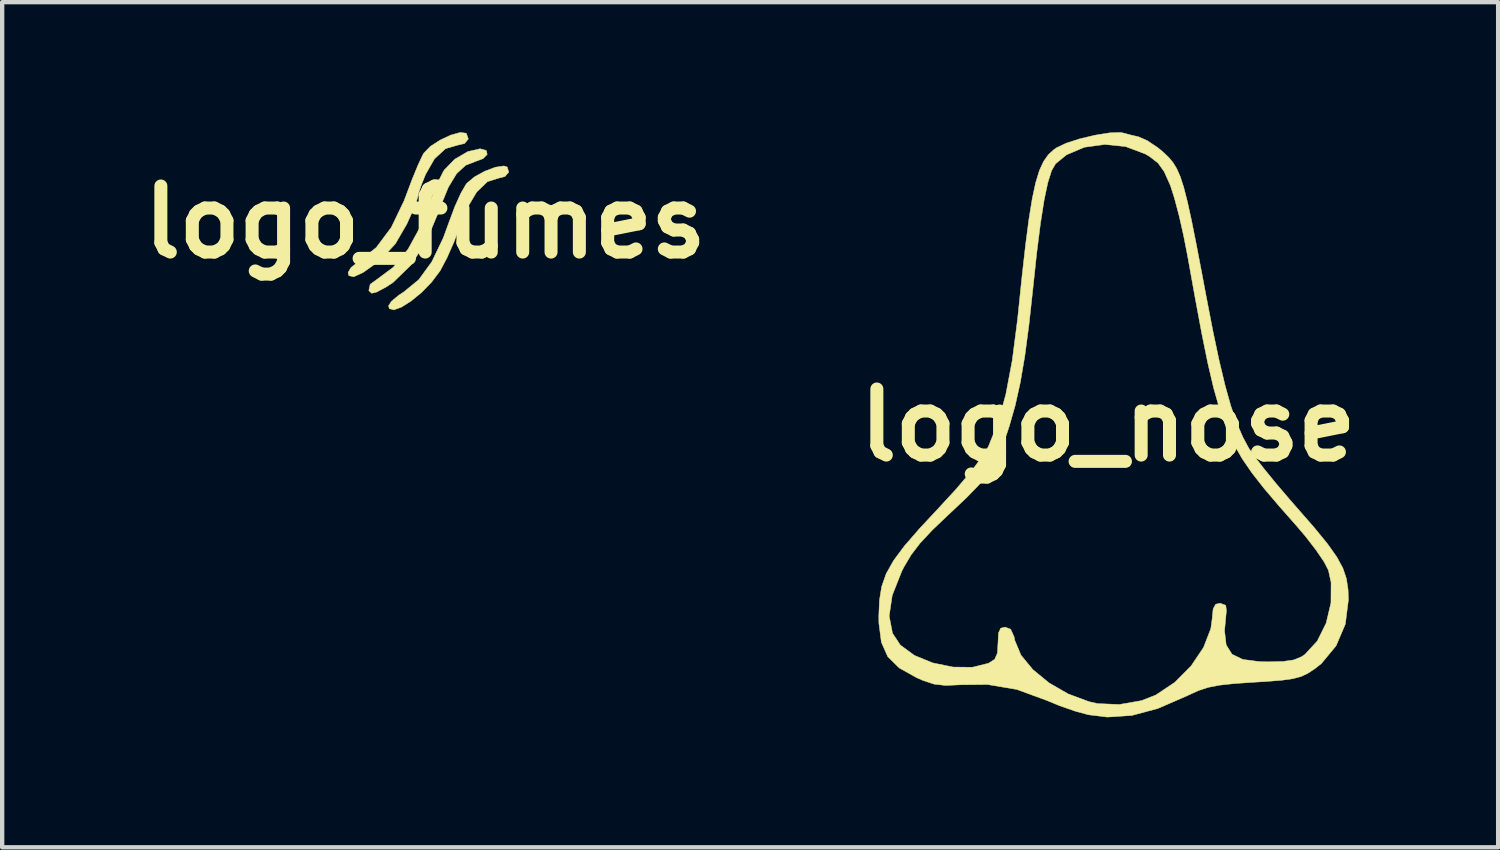
<source format=kicad_pcb>
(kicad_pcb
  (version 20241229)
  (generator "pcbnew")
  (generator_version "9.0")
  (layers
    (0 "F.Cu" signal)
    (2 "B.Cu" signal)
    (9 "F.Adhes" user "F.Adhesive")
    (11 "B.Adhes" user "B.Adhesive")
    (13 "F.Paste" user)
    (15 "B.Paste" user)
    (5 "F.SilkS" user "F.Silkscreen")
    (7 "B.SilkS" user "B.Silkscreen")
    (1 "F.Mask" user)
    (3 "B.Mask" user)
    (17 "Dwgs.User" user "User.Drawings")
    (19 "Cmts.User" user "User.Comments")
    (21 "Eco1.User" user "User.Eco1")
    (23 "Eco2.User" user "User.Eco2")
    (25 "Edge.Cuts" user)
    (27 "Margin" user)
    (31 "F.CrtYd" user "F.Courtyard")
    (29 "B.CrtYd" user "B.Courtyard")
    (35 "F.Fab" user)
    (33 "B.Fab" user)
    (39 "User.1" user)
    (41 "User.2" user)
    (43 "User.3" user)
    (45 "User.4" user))
  (footprint "logo_fumes"
    (layer "F.Cu")
    (at 6.756 2.074)
    (property "Reference" "logo_fumes" (at 0 0 0) (layer "F.SilkS") (effects (font (size 1.524 1.524) (thickness 0.3))))
    (attr through_hole)
    (fp_poly (pts (xy 1.411 -1.653) (xy 1.43 -1.562) (xy 1.333 -1.464) (xy 1.183 -1.409) (xy 0.935 -1.313) (xy 0.724 -1.119) (xy 0.534 -0.804) (xy 0.348 -0.348) (xy 0.308 -0.232) (xy 0.023 0.445) (xy -0.329 0.99) (xy -0.739 1.389) (xy -0.9 1.495) (xy -1.117 1.611) (xy -1.234 1.64) (xy -1.292 1.587) (xy -1.299 1.57) (xy -1.268 1.432) (xy -1.107 1.316) (xy -0.736 1.04) (xy -0.395 0.623) (xy -0.104 0.092) (xy 0.039 -0.267) (xy 0.169 -0.62) (xy 0.303 -0.937) (xy 0.416 -1.164) (xy 0.444 -1.208) (xy 0.681 -1.451) (xy 0.98 -1.627) (xy 1.266 -1.693) (xy 1.411 -1.653)) (stroke (width 0.01) (type solid)) (fill yes) (layer "F.SilkS"))
    (fp_poly (pts (xy 1.893 -1.271) (xy 1.928 -1.154) (xy 1.839 -1.052) (xy 1.695 -1.016) (xy 1.436 -0.934) (xy 1.188 -0.696) (xy 0.962 -0.315) (xy 0.807 0.075) (xy 0.667 0.451) (xy 0.504 0.82) (xy 0.352 1.108) (xy 0.34 1.128) (xy 0.147 1.384) (xy -0.083 1.621) (xy -0.323 1.818) (xy -0.546 1.959) (xy -0.723 2.023) (xy -0.828 1.994) (xy -0.844 1.926) (xy -0.776 1.823) (xy -0.605 1.682) (xy -0.493 1.609) (xy -0.148 1.326) (xy 0.152 0.915) (xy 0.418 0.361) (xy 0.556 -0.017) (xy 0.684 -0.36) (xy 0.82 -0.662) (xy 0.94 -0.87) (xy 0.961 -0.898) (xy 1.14 -1.047) (xy 1.378 -1.177) (xy 1.621 -1.268) (xy 1.816 -1.297) (xy 1.893 -1.271)) (stroke (width 0.01) (type solid)) (fill yes) (layer "F.SilkS"))
    (fp_poly (pts (xy 0.944 -2.052) (xy 0.95 -2.047) (xy 0.995 -1.919) (xy 0.908 -1.814) (xy 0.754 -1.778) (xy 0.47 -1.696) (xy 0.214 -1.46) (xy 0.009 -1.102) (xy -0.092 -0.85) (xy -0.157 -0.655) (xy -0.169 -0.589) (xy -0.204 -0.468) (xy -0.295 -0.242) (xy -0.422 0.04) (xy -0.429 0.054) (xy -0.688 0.499) (xy -1.009 0.847) (xy -1.114 0.934) (xy -1.431 1.16) (xy -1.648 1.26) (xy -1.761 1.233) (xy -1.778 1.161) (xy -1.711 1.047) (xy -1.55 0.918) (xy -1.536 0.909) (xy -1.128 0.584) (xy -0.781 0.119) (xy -0.486 -0.495) (xy -0.431 -0.642) (xy -0.297 -0.997) (xy -0.168 -1.311) (xy -0.064 -1.535) (xy -0.03 -1.595) (xy 0.12 -1.748) (xy 0.344 -1.893) (xy 0.589 -2.008) (xy 0.807 -2.069) (xy 0.944 -2.052)) (stroke (width 0.01) (type solid)) (fill yes) (layer "F.SilkS")))
  (footprint "logo_nose"
    (layer "F.Cu")
    (at 22.507 6.756)
    (property "Reference" "logo_nose" (at 0 0 0) (layer "F.SilkS") (effects (font (size 1.524 1.524) (thickness 0.3))))
    (attr through_hole)
    (fp_poly (pts (xy 0.352 -6.738) (xy 0.517 -6.694) (xy 0.701 -6.651) (xy 0.899 -6.565) (xy 1.144 -6.402) (xy 1.273 -6.295) (xy 1.393 -6.181) (xy 1.494 -6.061) (xy 1.582 -5.918) (xy 1.664 -5.732) (xy 1.744 -5.484) (xy 1.828 -5.156) (xy 1.922 -4.729) (xy 2.031 -4.183) (xy 2.162 -3.5) (xy 2.247 -3.048) (xy 2.411 -2.197) (xy 2.56 -1.492) (xy 2.698 -0.914) (xy 2.831 -0.44) (xy 2.966 -0.05) (xy 3.108 0.278) (xy 3.242 0.527) (xy 3.373 0.718) (xy 3.592 1.001) (xy 3.874 1.346) (xy 4.192 1.719) (xy 4.349 1.899) (xy 4.756 2.365) (xy 5.059 2.736) (xy 5.273 3.038) (xy 5.414 3.297) (xy 5.496 3.541) (xy 5.534 3.795) (xy 5.542 4.024) (xy 5.471 4.587) (xy 5.258 5.088) (xy 4.918 5.498) (xy 4.763 5.62) (xy 4.603 5.725) (xy 4.447 5.798) (xy 4.257 5.848) (xy 3.995 5.884) (xy 3.622 5.913) (xy 3.368 5.928) (xy 2.904 5.96) (xy 2.565 5.997) (xy 2.305 6.048) (xy 2.081 6.122) (xy 1.846 6.229) (xy 1.817 6.243) (xy 1.148 6.534) (xy 0.546 6.695) (xy -0.019 6.732) (xy -0.454 6.679) (xy -0.754 6.598) (xy -1.118 6.471) (xy -1.411 6.35) (xy -2.106 6.095) (xy -2.782 5.981) (xy -3.398 5.987) (xy -3.746 6.003) (xy -4.012 5.973) (xy -4.279 5.884) (xy -4.421 5.821) (xy -4.82 5.598) (xy -5.082 5.339) (xy -5.23 5.007) (xy -5.287 4.566) (xy -5.289 4.403) (xy -5.289 4.401) (xy -5.05 4.401) (xy -4.973 4.798) (xy -4.793 5.071) (xy -4.467 5.31) (xy -4.044 5.483) (xy -3.579 5.578) (xy -3.13 5.583) (xy -2.756 5.49) (xy -2.616 5.399) (xy -2.554 5.257) (xy -2.54 5.024) (xy -2.528 4.791) (xy -2.478 4.683) (xy -2.375 4.657) (xy -2.248 4.706) (xy -2.17 4.877) (xy -2.151 4.967) (xy -2.011 5.302) (xy -1.737 5.636) (xy -1.363 5.943) (xy -0.921 6.198) (xy -0.445 6.375) (xy -0.243 6.421) (xy 0.258 6.442) (xy 0.769 6.353) (xy 1.098 6.224) (xy 1.537 5.931) (xy 1.914 5.552) (xy 2.2 5.127) (xy 2.368 4.693) (xy 2.399 4.467) (xy 2.422 4.236) (xy 2.48 4.13) (xy 2.582 4.106) (xy 2.713 4.154) (xy 2.728 4.276) (xy 2.685 4.74) (xy 2.723 5.068) (xy 2.857 5.282) (xy 3.106 5.403) (xy 3.486 5.453) (xy 3.676 5.458) (xy 4.038 5.449) (xy 4.283 5.413) (xy 4.462 5.339) (xy 4.539 5.287) (xy 4.823 4.979) (xy 5.028 4.566) (xy 5.139 4.098) (xy 5.142 3.626) (xy 5.08 3.345) (xy 4.982 3.154) (xy 4.795 2.879) (xy 4.549 2.561) (xy 4.325 2.298) (xy 3.934 1.855) (xy 3.603 1.466) (xy 3.324 1.111) (xy 3.09 0.77) (xy 2.892 0.424) (xy 2.722 0.051) (xy 2.572 -0.368) (xy 2.434 -0.854) (xy 2.3 -1.425) (xy 2.162 -2.102) (xy 2.012 -2.906) (xy 1.841 -3.855) (xy 1.834 -3.895) (xy 1.741 -4.369) (xy 1.636 -4.834) (xy 1.529 -5.237) (xy 1.436 -5.528) (xy 1.429 -5.544) (xy 1.292 -5.849) (xy 1.149 -6.048) (xy 0.953 -6.199) (xy 0.851 -6.258) (xy 0.403 -6.426) (xy -0.077 -6.475) (xy -0.547 -6.41) (xy -0.959 -6.236) (xy -1.212 -6.029) (xy -1.304 -5.87) (xy -1.391 -5.594) (xy -1.476 -5.192) (xy -1.561 -4.651) (xy -1.648 -3.962) (xy -1.732 -3.175) (xy -1.826 -2.314) (xy -1.922 -1.593) (xy -2.026 -0.983) (xy -2.143 -0.456) (xy -2.278 0.018) (xy -2.325 0.161) (xy -2.462 0.538) (xy -2.599 0.842) (xy -2.763 1.109) (xy -2.979 1.376) (xy -3.273 1.679) (xy -3.671 2.054) (xy -3.673 2.055) (xy -4.057 2.421) (xy -4.338 2.722) (xy -4.546 2.995) (xy -4.713 3.277) (xy -4.758 3.366) (xy -4.979 3.924) (xy -5.05 4.401) (xy -5.289 4.401) (xy -5.274 4.039) (xy -5.223 3.722) (xy -5.119 3.426) (xy -4.949 3.123) (xy -4.697 2.784) (xy -4.348 2.383) (xy -3.955 1.962) (xy -3.506 1.475) (xy -3.144 1.047) (xy -2.884 0.698) (xy -2.761 0.491) (xy -2.543 -0.05) (xy -2.36 -0.707) (xy -2.211 -1.496) (xy -2.09 -2.434) (xy -2.076 -2.567) (xy -1.985 -3.445) (xy -1.903 -4.169) (xy -1.826 -4.758) (xy -1.75 -5.227) (xy -1.671 -5.593) (xy -1.586 -5.872) (xy -1.49 -6.081) (xy -1.381 -6.236) (xy -1.253 -6.354) (xy -1.193 -6.396) (xy -0.967 -6.504) (xy -0.649 -6.606) (xy -0.298 -6.689) (xy 0.032 -6.742) (xy 0.283 -6.751) (xy 0.352 -6.738)) (stroke (width 0.01) (type solid)) (fill yes) (layer "F.SilkS")))
  (gr_rect
    (start -3 -3)
    (end 31.502 16.492)
    (stroke (width 0.1) (type default))
    (fill no)
    (layer "Edge.Cuts")))
</source>
